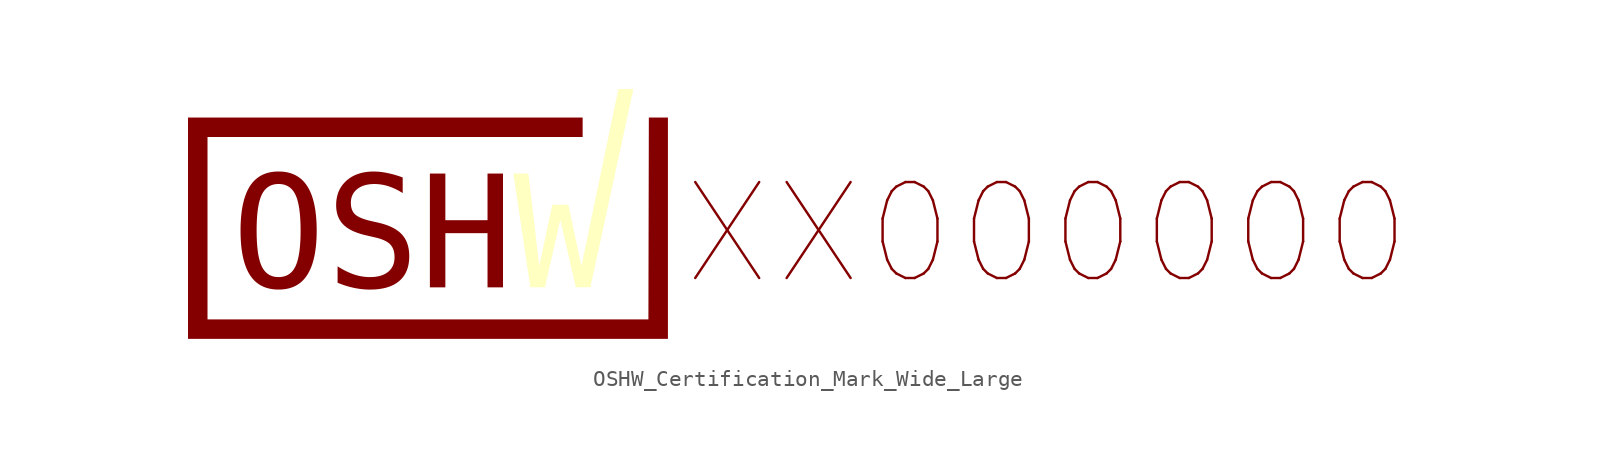
<source format=kicad_sym>
(kicad_symbol_lib
  (version 20241209)
  (generator "kicad_symbol_editor")
  (generator_version "9.0")
  (symbol "OSHW_Certification_Mark_Wide_Large"
    (property "Reference" "LOGO"
      (at 0 0 0)
      (effects (font (size 1.27 1.27)) (hide yes)))
    (symbol "OSHW_Certification_Mark_Wide_Large_0_1"
      (polyline (pts (xy -6.956 -1.072) (xy -6.956 -1.072) (xy -6.956 -1.072)) (stroke (width -0.0001) (type default)) (fill (type background)))
      (polyline (pts (xy -1.579 2.248) (xy -1.579 2.248) (xy -1.579 2.248)) (stroke (width -0.0001) (type default)) (fill (type background)))
      (polyline (pts (xy 10.152 -4.622) (xy 9.242 -4.622) (xy 8.274 -0.396) (xy 7.312 -4.622) (xy 6.402 -4.622) (xy 5.339 2.492) (xy 6.278 2.492) (xy 6.959 -3.283) (xy 7.769 0.538) (xy 8.775 0.538) (xy 9.594 -3.293) (xy 11.902 7.778) (xy 12.841 7.778)) (stroke (width -0.0001) (type default)) (fill (type background))))
    (symbol "OSHW_Certification_Mark_Wide_Large_1_1"
      (polyline (pts (xy -9.19 2.617) (xy -9.047 2.607) (xy -8.908 2.589) (xy -8.774 2.564) (xy -8.645 2.531) (xy -8.521 2.492) (xy -8.402 2.446) (xy -8.288 2.392) (xy -8.178 2.331) (xy -8.073 2.263) (xy -7.973 2.188) (xy -7.878 2.106) (xy -7.788 2.017) (xy -7.703 1.92) (xy -7.622 1.817) (xy -7.547 1.706) (xy -7.475 1.588) (xy -7.408 1.462) (xy -7.346 1.329) (xy -7.288 1.189) (xy -7.235 1.042) (xy -7.187 0.886) (xy -7.143 0.724) (xy -7.104 0.554) (xy -7.069 0.377) (xy -7.039 0.192) (xy -7.014 -0.0003) (xy -6.993 -0.2) (xy -6.977 -0.407) (xy -6.965 -0.621) (xy -6.958 -0.843) (xy -6.956 -1.072) (xy -6.958 -1.301) (xy -6.965 -1.522) (xy -6.977 -1.736) (xy -6.993 -1.942) (xy -7.014 -2.141) (xy -7.039 -2.333) (xy -7.069 -2.518) (xy -7.104 -2.695) (xy -7.143 -2.864) (xy -7.187 -3.026) (xy -7.235 -3.181) (xy -7.288 -3.329) (xy -7.346 -3.469) (xy -7.408 -3.602) (xy -7.475 -3.727) (xy -7.547 -3.845) (xy -7.584 -3.902) (xy -7.622 -3.956) (xy -7.662 -4.009) (xy -7.703 -4.06) (xy -7.745 -4.109) (xy -7.788 -4.156) (xy -7.833 -4.202) (xy -7.878 -4.246) (xy -7.925 -4.288) (xy -7.973 -4.328) (xy -8.023 -4.366) (xy -8.073 -4.403) (xy -8.125 -4.438) (xy -8.178 -4.471) (xy -8.232 -4.502) (xy -8.288 -4.532) (xy -8.344 -4.559) (xy -8.402 -4.585) (xy -8.461 -4.609) (xy -8.521 -4.632) (xy -8.583 -4.652) (xy -8.645 -4.671) (xy -8.709 -4.688) (xy -8.774 -4.703) (xy -8.841 -4.716) (xy -8.908 -4.728) (xy -9.047 -4.746) (xy -9.19 -4.757) (xy -9.338 -4.76) (xy -9.487 -4.757) (xy -9.63 -4.746) (xy -9.769 -4.728) (xy -9.902 -4.703) (xy -10.031 -4.671) (xy -10.155 -4.632) (xy -10.275 -4.586) (xy -10.389 -4.533) (xy -10.499 -4.472) (xy -10.603 -4.405) (xy -10.703 -4.33) (xy -10.798 -4.248) (xy -10.889 -4.159) (xy -10.974 -4.063) (xy -11.054 -3.96) (xy -11.13 -3.85) (xy -11.201 -3.733) (xy -11.267 -3.608) (xy -11.329 -3.475) (xy -11.386 -3.335) (xy -11.439 -3.188) (xy -11.487 -3.033) (xy -11.531 -2.87) (xy -11.57 -2.7) (xy -11.604 -2.523) (xy -11.634 -2.338) (xy -11.659 -2.146) (xy -11.68 -1.946) (xy -11.695 -1.739) (xy -11.707 -1.524) (xy -11.714 -1.302) (xy -11.716 -1.072) (xy -10.711 -1.072) (xy -10.706 -1.449) (xy -10.691 -1.798) (xy -10.666 -2.119) (xy -10.631 -2.412) (xy -10.61 -2.549) (xy -10.586 -2.678) (xy -10.56 -2.8) (xy -10.531 -2.915) (xy -10.5 -3.024) (xy -10.466 -3.125) (xy -10.43 -3.219) (xy -10.392 -3.307) (xy -10.349 -3.388) (xy -10.327 -3.427) (xy -10.304 -3.464) (xy -10.28 -3.5) (xy -10.256 -3.535) (xy -10.23 -3.569) (xy -10.204 -3.601) (xy -10.177 -3.632) (xy -10.149 -3.661) (xy -10.121 -3.689) (xy -10.091 -3.716) (xy -10.061 -3.742) (xy -10.03 -3.766) (xy -9.999 -3.789) (xy -9.966 -3.811) (xy -9.933 -3.831) (xy -9.899 -3.85) (xy -9.864 -3.868) (xy -9.828 -3.884) (xy -9.792 -3.899) (xy -9.755 -3.913) (xy -9.716 -3.926) (xy -9.678 -3.937) (xy -9.638 -3.947) (xy -9.598 -3.955) (xy -9.556 -3.962) (xy -9.514 -3.968) (xy -9.472 -3.973) (xy -9.428 -3.976) (xy -9.338 -3.979) (xy -9.248 -3.976) (xy -9.161 -3.968) (xy -9.078 -3.955) (xy -8.997 -3.937) (xy -8.92 -3.914) (xy -8.846 -3.885) (xy -8.776 -3.851) (xy -8.708 -3.812) (xy -8.644 -3.768) (xy -8.583 -3.718) (xy -8.525 -3.663) (xy -8.471 -3.603) (xy -8.42 -3.538) (xy -8.372 -3.468) (xy -8.327 -3.392) (xy -8.285 -3.312) (xy -8.246 -3.224) (xy -8.209 -3.13) (xy -8.175 -3.028) (xy -8.144 -2.92) (xy -8.114 -2.804) (xy -8.088 -2.682) (xy -8.064 -2.552) (xy -8.042 -2.416) (xy -8.023 -2.272) (xy -8.007 -2.122) (xy -7.993 -1.964) (xy -7.982 -1.8) (xy -7.973 -1.628) (xy -7.966 -1.45) (xy -7.963 -1.264) (xy -7.961 -1.072) (xy -7.966 -0.694) (xy -7.982 -0.344) (xy -8.007 -0.022) (xy -8.042 0.272) (xy -8.064 0.408) (xy -8.088 0.538) (xy -8.114 0.66) (xy -8.144 0.776) (xy -8.175 0.884) (xy -8.209 0.986) (xy -8.246 1.08) (xy -8.285 1.167) (xy -8.327 1.249) (xy -8.349 1.288) (xy -8.372 1.325) (xy -8.395 1.361) (xy -8.42 1.396) (xy -8.445 1.429) (xy -8.471 1.462) (xy -8.498 1.492) (xy -8.525 1.522) (xy -8.554 1.55) (xy -8.583 1.577) (xy -8.613 1.603) (xy -8.644 1.627) (xy -8.676 1.65) (xy -8.708 1.671) (xy -8.742 1.692) (xy -8.776 1.711) (xy -8.811 1.728) (xy -8.846 1.745) (xy -8.883 1.76) (xy -8.92 1.774) (xy -8.958 1.786) (xy -8.997 1.797) (xy -9.037 1.807) (xy -9.078 1.816) (xy -9.119 1.823) (xy -9.161 1.829) (xy -9.204 1.833) (xy -9.248 1.837) (xy -9.338 1.839) (xy -9.428 1.837) (xy -9.514 1.829) (xy -9.598 1.816) (xy -9.678 1.797) (xy -9.755 1.774) (xy -9.828 1.745) (xy -9.899 1.711) (xy -9.966 1.671) (xy -10.03 1.627) (xy -10.091 1.577) (xy -10.149 1.522) (xy -10.204 1.462) (xy -10.256 1.396) (xy -10.304 1.325) (xy -10.349 1.249) (xy -10.392 1.167) (xy -10.43 1.08) (xy -10.466 0.986) (xy -10.5 0.884) (xy -10.531 0.776) (xy -10.56 0.66) (xy -10.586 0.538) (xy -10.61 0.408) (xy -10.631 0.272) (xy -10.65 0.128) (xy -10.666 -0.022) (xy -10.68 -0.18) (xy -10.691 -0.344) (xy -10.7 -0.516) (xy -10.706 -0.694) (xy -10.71 -0.88) (xy -10.711 -1.072) (xy -11.716 -1.072) (xy -11.716 -1.072) (xy -11.714 -0.843) (xy -11.707 -0.621) (xy -11.695 -0.407) (xy -11.68 -0.2) (xy -11.659 -0.0003) (xy -11.634 0.192) (xy -11.604 0.377) (xy -11.57 0.554) (xy -11.531 0.724) (xy -11.487 0.886) (xy -11.439 1.042) (xy -11.386 1.189) (xy -11.329 1.329) (xy -11.267 1.462) (xy -11.201 1.588) (xy -11.13 1.706) (xy -11.092 1.762) (xy -11.054 1.817) (xy -11.014 1.869) (xy -10.973 1.92) (xy -10.931 1.97) (xy -10.887 2.017) (xy -10.842 2.062) (xy -10.796 2.106) (xy -10.749 2.148) (xy -10.701 2.188) (xy -10.652 2.227) (xy -10.601 2.263) (xy -10.549 2.298) (xy -10.496 2.331) (xy -10.442 2.363) (xy -10.387 2.392) (xy -10.33 2.42) (xy -10.272 2.446) (xy -10.213 2.47) (xy -10.153 2.492) (xy -10.092 2.513) (xy -10.029 2.531) (xy -9.966 2.548) (xy -9.901 2.564) (xy -9.767 2.589) (xy -9.629 2.607) (xy -9.486 2.617) (xy -9.338 2.621)) (stroke (width -0.0001) (type default)) (fill (type outline)))
      (polyline (pts (xy -3.292 2.618) (xy -3.187 2.614) (xy -3.082 2.606) (xy -2.974 2.596) (xy -2.866 2.582) (xy -2.756 2.566) (xy -2.645 2.547) (xy -2.533 2.524) (xy -2.419 2.5) (xy -2.303 2.473) (xy -2.186 2.443) (xy -2.068 2.41) (xy -1.948 2.374) (xy -1.827 2.335) (xy -1.704 2.293) (xy -1.579 2.248) (xy -1.579 1.271) (xy -1.689 1.339) (xy -1.799 1.403) (xy -1.909 1.462) (xy -2.019 1.518) (xy -2.129 1.569) (xy -2.24 1.615) (xy -2.35 1.657) (xy -2.461 1.695) (xy -2.571 1.729) (xy -2.681 1.758) (xy -2.791 1.782) (xy -2.902 1.802) (xy -3.013 1.818) (xy -3.124 1.829) (xy -3.236 1.836) (xy -3.347 1.838) (xy -3.431 1.837) (xy -3.513 1.833) (xy -3.593 1.827) (xy -3.67 1.818) (xy -3.745 1.807) (xy -3.818 1.793) (xy -3.889 1.777) (xy -3.957 1.758) (xy -4.023 1.737) (xy -4.087 1.713) (xy -4.149 1.687) (xy -4.209 1.659) (xy -4.266 1.627) (xy -4.321 1.594) (xy -4.374 1.558) (xy -4.424 1.519) (xy -4.472 1.479) (xy -4.517 1.437) (xy -4.559 1.393) (xy -4.597 1.348) (xy -4.633 1.3) (xy -4.665 1.252) (xy -4.694 1.201) (xy -4.721 1.148) (xy -4.744 1.094) (xy -4.764 1.038) (xy -4.781 0.981) (xy -4.795 0.921) (xy -4.806 0.86) (xy -4.814 0.797) (xy -4.818 0.732) (xy -4.82 0.666) (xy -4.819 0.608) (xy -4.816 0.551) (xy -4.811 0.497) (xy -4.804 0.444) (xy -4.795 0.393) (xy -4.784 0.344) (xy -4.77 0.296) (xy -4.755 0.25) (xy -4.738 0.206) (xy -4.719 0.164) (xy -4.698 0.123) (xy -4.675 0.084) (xy -4.65 0.047) (xy -4.623 0.012) (xy -4.593 -0.022) (xy -4.562 -0.054) (xy -4.528 -0.084) (xy -4.49 -0.114) (xy -4.448 -0.144) (xy -4.403 -0.172) (xy -4.355 -0.201) (xy -4.303 -0.228) (xy -4.247 -0.255) (xy -4.188 -0.281) (xy -4.126 -0.307) (xy -4.06 -0.332) (xy -3.99 -0.356) (xy -3.917 -0.38) (xy -3.841 -0.403) (xy -3.761 -0.425) (xy -3.677 -0.447) (xy -3.59 -0.468) (xy -3.085 -0.583) (xy -2.962 -0.613) (xy -2.844 -0.645) (xy -2.729 -0.679) (xy -2.619 -0.716) (xy -2.513 -0.754) (xy -2.411 -0.795) (xy -2.314 -0.838) (xy -2.22 -0.883) (xy -2.131 -0.93) (xy -2.047 -0.979) (xy -1.966 -1.03) (xy -1.89 -1.083) (xy -1.818 -1.138) (xy -1.75 -1.196) (xy -1.687 -1.255) (xy -1.627 -1.316) (xy -1.572 -1.38) (xy -1.52 -1.447) (xy -1.472 -1.517) (xy -1.427 -1.589) (xy -1.386 -1.664) (xy -1.348 -1.742) (xy -1.314 -1.823) (xy -1.284 -1.907) (xy -1.257 -1.994) (xy -1.234 -2.083) (xy -1.214 -2.175) (xy -1.198 -2.271) (xy -1.186 -2.369) (xy -1.177 -2.469) (xy -1.171 -2.573) (xy -1.17 -2.679) (xy -1.172 -2.804) (xy -1.179 -2.925) (xy -1.192 -3.043) (xy -1.209 -3.156) (xy -1.231 -3.267) (xy -1.258 -3.373) (xy -1.29 -3.475) (xy -1.327 -3.574) (xy -1.369 -3.669) (xy -1.415 -3.76) (xy -1.467 -3.847) (xy -1.524 -3.931) (xy -1.585 -4.011) (xy -1.651 -4.087) (xy -1.722 -4.159) (xy -1.799 -4.228) (xy -1.879 -4.292) (xy -1.965 -4.353) (xy -2.055 -4.409) (xy -2.149 -4.461) (xy -2.248 -4.509) (xy -2.351 -4.553) (xy -2.458 -4.593) (xy -2.571 -4.628) (xy -2.687 -4.659) (xy -2.808 -4.686) (xy -2.934 -4.709) (xy -3.064 -4.728) (xy -3.198 -4.743) (xy -3.337 -4.753) (xy -3.481 -4.759) (xy -3.628 -4.761) (xy -3.754 -4.76) (xy -3.879 -4.755) (xy -4.004 -4.746) (xy -4.13 -4.734) (xy -4.256 -4.719) (xy -4.382 -4.7) (xy -4.508 -4.678) (xy -4.634 -4.652) (xy -4.76 -4.624) (xy -4.887 -4.593) (xy -5.013 -4.558) (xy -5.14 -4.52) (xy -5.267 -4.478) (xy -5.394 -4.433) (xy -5.521 -4.385) (xy -5.649 -4.333) (xy -5.649 -3.308) (xy -5.513 -3.392) (xy -5.379 -3.47) (xy -5.247 -3.543) (xy -5.116 -3.61) (xy -4.988 -3.67) (xy -4.862 -3.725) (xy -4.737 -3.775) (xy -4.615 -3.818) (xy -4.492 -3.856) (xy -4.369 -3.889) (xy -4.246 -3.917) (xy -4.123 -3.939) (xy -3.999 -3.957) (xy -3.876 -3.97) (xy -3.752 -3.978) (xy -3.628 -3.98) (xy -3.539 -3.979) (xy -3.451 -3.975) (xy -3.366 -3.969) (xy -3.284 -3.96) (xy -3.204 -3.948) (xy -3.127 -3.934) (xy -3.053 -3.918) (xy -2.98 -3.899) (xy -2.911 -3.877) (xy -2.844 -3.853) (xy -2.779 -3.827) (xy -2.717 -3.798) (xy -2.658 -3.766) (xy -2.601 -3.732) (xy -2.546 -3.695) (xy -2.494 -3.656) (xy -2.445 -3.614) (xy -2.399 -3.57) (xy -2.357 -3.524) (xy -2.317 -3.475) (xy -2.281 -3.425) (xy -2.248 -3.373) (xy -2.217 -3.319) (xy -2.191 -3.263) (xy -2.167 -3.205) (xy -2.146 -3.144) (xy -2.129 -3.082) (xy -2.115 -3.018) (xy -2.104 -2.952) (xy -2.096 -2.884) (xy -2.091 -2.813) (xy -2.089 -2.741) (xy -2.091 -2.675) (xy -2.094 -2.612) (xy -2.099 -2.55) (xy -2.107 -2.49) (xy -2.117 -2.432) (xy -2.129 -2.376) (xy -2.143 -2.322) (xy -2.16 -2.271) (xy -2.178 -2.221) (xy -2.199 -2.173) (xy -2.222 -2.127) (xy -2.248 -2.083) (xy -2.275 -2.041) (xy -2.305 -2.001) (xy -2.336 -1.962) (xy -2.37 -1.926) (xy -2.407 -1.892) (xy -2.446 -1.858) (xy -2.489 -1.825) (xy -2.535 -1.794) (xy -2.584 -1.763) (xy -2.636 -1.734) (xy -2.692 -1.705) (xy -2.751 -1.677) (xy -2.813 -1.651) (xy -2.878 -1.625) (xy -2.946 -1.601) (xy -3.018 -1.577) (xy -3.093 -1.554) (xy -3.171 -1.533) (xy -3.253 -1.512) (xy -3.338 -1.493) (xy -3.852 -1.373) (xy -3.974 -1.345) (xy -4.092 -1.314) (xy -4.205 -1.282) (xy -4.314 -1.247) (xy -4.419 -1.211) (xy -4.519 -1.173) (xy -4.616 -1.134) (xy -4.708 -1.092) (xy -4.795 -1.049) (xy -4.879 -1.004) (xy -4.958 -0.958) (xy -5.034 -0.909) (xy -5.104 -0.859) (xy -5.171 -0.806) (xy -5.233 -0.753) (xy -5.291 -0.697) (xy -5.346 -0.639) (xy -5.396 -0.579) (xy -5.444 -0.516) (xy -5.487 -0.451) (xy -5.528 -0.384) (xy -5.564 -0.314) (xy -5.598 -0.241) (xy -5.627 -0.167) (xy -5.654 -0.09) (xy -5.676 -0.01) (xy -5.696 0.072) (xy -5.711 0.156) (xy -5.724 0.243) (xy -5.732 0.332) (xy -5.738 0.424) (xy -5.739 0.518) (xy -5.737 0.636) (xy -5.729 0.75) (xy -5.717 0.862) (xy -5.699 0.971) (xy -5.677 1.077) (xy -5.65 1.179) (xy -5.617 1.279) (xy -5.58 1.376) (xy -5.537 1.47) (xy -5.49 1.56) (xy -5.438 1.648) (xy -5.38 1.733) (xy -5.318 1.815) (xy -5.25 1.894) (xy -5.178 1.97) (xy -5.101 2.043) (xy -5.019 2.113) (xy -4.933 2.178) (xy -4.845 2.239) (xy -4.753 2.295) (xy -4.658 2.347) (xy -4.559 2.394) (xy -4.458 2.437) (xy -4.353 2.475) (xy -4.244 2.509) (xy -4.133 2.538) (xy -4.018 2.563) (xy -3.9 2.583) (xy -3.779 2.599) (xy -3.654 2.611) (xy -3.526 2.617) (xy -3.395 2.619)) (stroke (width -0.0001) (type default)) (fill (type outline)))
      (polyline (pts (xy 1.087 -0.424) (xy 3.723 -0.424) (xy 3.723 2.492) (xy 4.69 2.492) (xy 4.69 -4.622) (xy 3.723 -4.622) (xy 3.723 -1.234) (xy 1.087 -1.234) (xy 1.087 -4.622) (xy 0.12 -4.622) (xy 0.12 2.492) (xy 1.087 2.492)) (stroke (width -0.0001) (type default)) (fill (type outline)))
      (polyline (pts (xy 15 -7.843) (xy -15 -7.843) (xy -15 5.995) (xy -15 5.995) (xy 9.669 5.995) (xy 9.669 4.775) (xy -13.78 4.775) (xy -13.78 -6.623) (xy 13.78 -6.623) (xy 13.807 5.995) (xy 15 5.995)) (stroke (width -0.0001) (type default)) (fill (type outline)))
      (text "XX000000" (at 15.748 -1.27 0) (effects (font (size 6 6)) (justify left))))))
</source>
